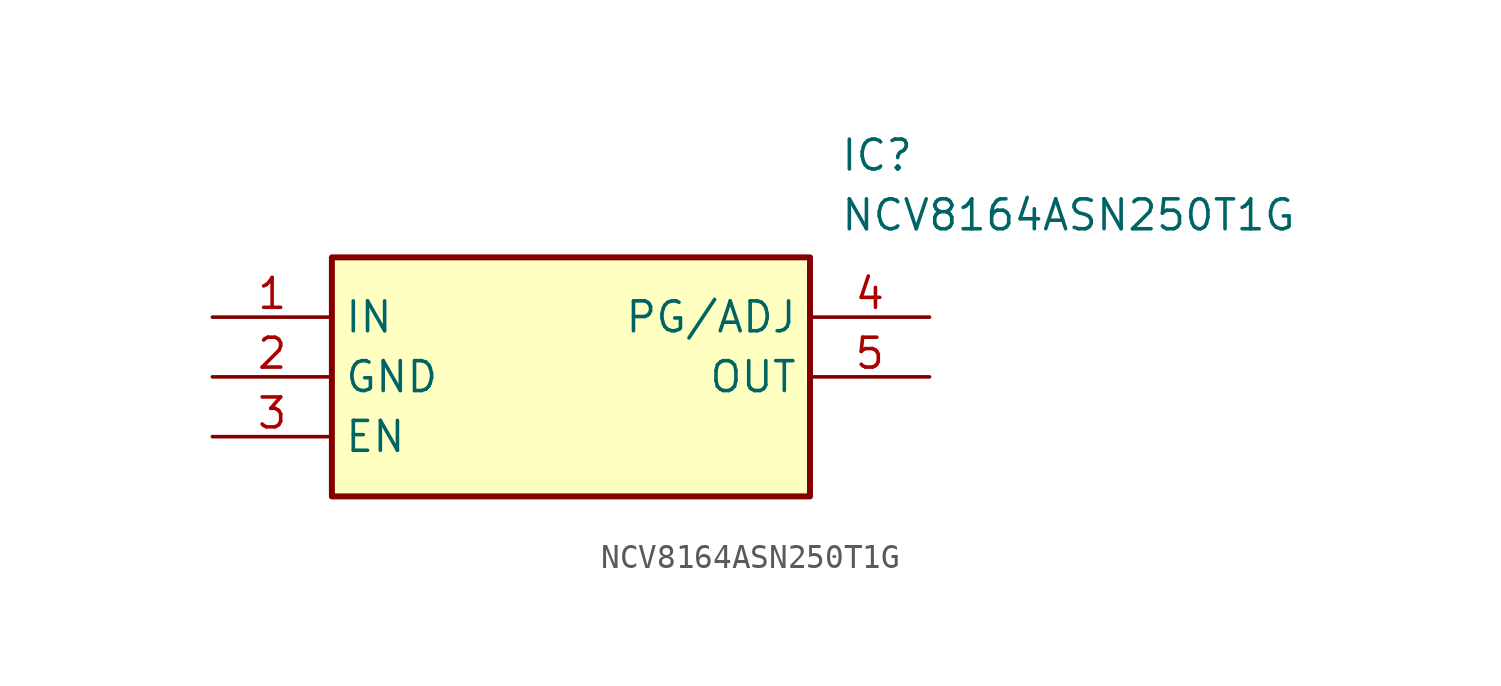
<source format=kicad_sym>
(kicad_symbol_lib
  (version 20211014)
  (generator SamacSys_ECAD_Model)
  (symbol "NCV8164ASN250T1G"
    (property "Reference" "IC"
      (at 26.67 7.62 0)
      (effects (font (size 1.27 1.27)) (justify left top)))
    (property "Value" "NCV8164ASN250T1G"
      (at 26.67 5.08 0)
      (effects (font (size 1.27 1.27)) (justify left top)))
    (rectangle
      (start 5.08 2.54)
      (end 25.4 -7.62)
      (stroke (width 0.254) (type default))
      (fill (type background)))
    (pin passive line
      (at 0 0 0)
      (length 5.08)
      (name "IN" (effects (font (size 1.27 1.27))))
      (number "1" (effects (font (size 1.27 1.27)))))
    (pin passive line
      (at 0 -2.54 0)
      (length 5.08)
      (name "GND" (effects (font (size 1.27 1.27))))
      (number "2" (effects (font (size 1.27 1.27)))))
    (pin passive line
      (at 0 -5.08 0)
      (length 5.08)
      (name "EN" (effects (font (size 1.27 1.27))))
      (number "3" (effects (font (size 1.27 1.27)))))
    (pin passive line
      (at 30.48 0 180)
      (length 5.08)
      (name "PG/ADJ" (effects (font (size 1.27 1.27))))
      (number "4" (effects (font (size 1.27 1.27)))))
    (pin passive line
      (at 30.48 -2.54 180)
      (length 5.08)
      (name "OUT" (effects (font (size 1.27 1.27))))
      (number "5" (effects (font (size 1.27 1.27)))))))
</source>
